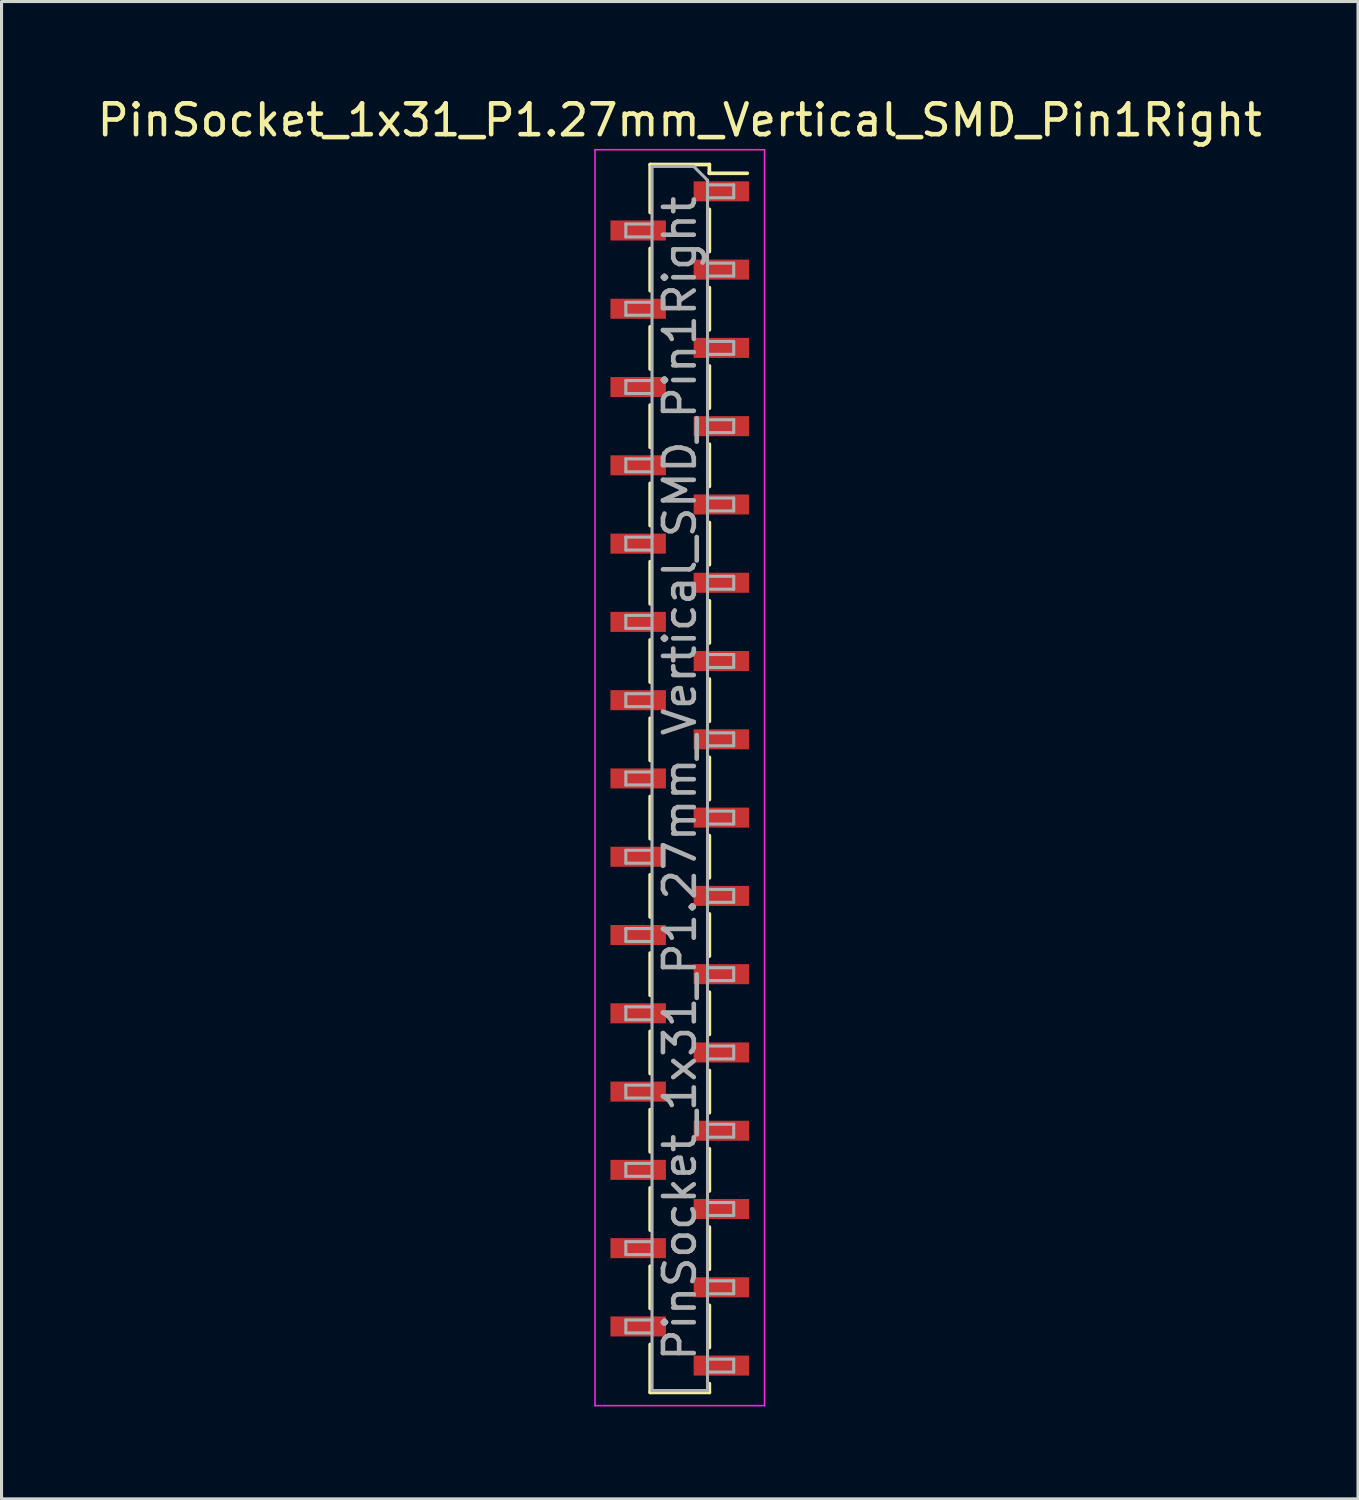
<source format=kicad_pcb>
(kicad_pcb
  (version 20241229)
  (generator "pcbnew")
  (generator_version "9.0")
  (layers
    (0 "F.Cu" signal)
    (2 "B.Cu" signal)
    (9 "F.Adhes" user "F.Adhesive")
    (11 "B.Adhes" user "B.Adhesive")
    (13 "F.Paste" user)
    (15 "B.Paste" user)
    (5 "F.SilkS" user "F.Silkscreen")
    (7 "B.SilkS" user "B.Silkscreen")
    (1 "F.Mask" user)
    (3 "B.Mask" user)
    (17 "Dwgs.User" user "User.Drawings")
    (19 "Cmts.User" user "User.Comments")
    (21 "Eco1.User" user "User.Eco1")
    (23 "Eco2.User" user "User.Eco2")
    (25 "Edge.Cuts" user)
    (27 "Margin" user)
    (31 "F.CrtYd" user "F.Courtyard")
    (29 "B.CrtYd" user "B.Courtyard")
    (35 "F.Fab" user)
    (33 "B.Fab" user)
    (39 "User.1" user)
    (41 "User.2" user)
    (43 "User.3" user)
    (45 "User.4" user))
  (footprint "PinSocket_1x31_P1.27mm_Vertical_SMD_Pin1Right"
    (layer "F.Cu")
    (at 19.006 22.208)
    (property "Reference" "PinSocket_1x31_P1.27mm_Vertical_SMD_Pin1Right" (at 0 -21.36 0) (layer "F.SilkS") (effects (font (size 1 1) (thickness 0.15))))
    (attr smd)
    (fp_line (start -0.96 -19.92) (end -0.96 -18.365) (stroke (width 0.12) (type solid)) (layer "F.SilkS"))
    (fp_line (start -0.96 -19.92) (end 0.96 -19.92) (stroke (width 0.12) (type solid)) (layer "F.SilkS"))
    (fp_line (start -0.96 -17.195) (end -0.96 -15.825) (stroke (width 0.12) (type solid)) (layer "F.SilkS"))
    (fp_line (start -0.96 -14.655) (end -0.96 -13.285) (stroke (width 0.12) (type solid)) (layer "F.SilkS"))
    (fp_line (start -0.96 -12.115) (end -0.96 -10.745) (stroke (width 0.12) (type solid)) (layer "F.SilkS"))
    (fp_line (start -0.96 -9.575) (end -0.96 -8.205) (stroke (width 0.12) (type solid)) (layer "F.SilkS"))
    (fp_line (start -0.96 -7.035) (end -0.96 -5.665) (stroke (width 0.12) (type solid)) (layer "F.SilkS"))
    (fp_line (start -0.96 -4.495) (end -0.96 -3.125) (stroke (width 0.12) (type solid)) (layer "F.SilkS"))
    (fp_line (start -0.96 -1.955) (end -0.96 -0.585) (stroke (width 0.12) (type solid)) (layer "F.SilkS"))
    (fp_line (start -0.96 0.585) (end -0.96 1.955) (stroke (width 0.12) (type solid)) (layer "F.SilkS"))
    (fp_line (start -0.96 3.125) (end -0.96 4.495) (stroke (width 0.12) (type solid)) (layer "F.SilkS"))
    (fp_line (start -0.96 5.665) (end -0.96 7.035) (stroke (width 0.12) (type solid)) (layer "F.SilkS"))
    (fp_line (start -0.96 8.205) (end -0.96 9.575) (stroke (width 0.12) (type solid)) (layer "F.SilkS"))
    (fp_line (start -0.96 10.745) (end -0.96 12.115) (stroke (width 0.12) (type solid)) (layer "F.SilkS"))
    (fp_line (start -0.96 13.285) (end -0.96 14.655) (stroke (width 0.12) (type solid)) (layer "F.SilkS"))
    (fp_line (start -0.96 15.825) (end -0.96 17.195) (stroke (width 0.12) (type solid)) (layer "F.SilkS"))
    (fp_line (start -0.96 18.365) (end -0.96 19.92) (stroke (width 0.12) (type solid)) (layer "F.SilkS"))
    (fp_line (start -0.96 19.92) (end 0.96 19.92) (stroke (width 0.12) (type solid)) (layer "F.SilkS"))
    (fp_line (start 0.96 -19.92) (end 0.96 -19.635) (stroke (width 0.12) (type solid)) (layer "F.SilkS"))
    (fp_line (start 0.96 -19.635) (end 2.19 -19.635) (stroke (width 0.12) (type solid)) (layer "F.SilkS"))
    (fp_line (start 0.96 -18.465) (end 0.96 -17.095) (stroke (width 0.12) (type solid)) (layer "F.SilkS"))
    (fp_line (start 0.96 -15.925) (end 0.96 -14.555) (stroke (width 0.12) (type solid)) (layer "F.SilkS"))
    (fp_line (start 0.96 -13.385) (end 0.96 -12.015) (stroke (width 0.12) (type solid)) (layer "F.SilkS"))
    (fp_line (start 0.96 -10.845) (end 0.96 -9.475) (stroke (width 0.12) (type solid)) (layer "F.SilkS"))
    (fp_line (start 0.96 -8.305) (end 0.96 -6.935) (stroke (width 0.12) (type solid)) (layer "F.SilkS"))
    (fp_line (start 0.96 -5.765) (end 0.96 -4.395) (stroke (width 0.12) (type solid)) (layer "F.SilkS"))
    (fp_line (start 0.96 -3.225) (end 0.96 -1.855) (stroke (width 0.12) (type solid)) (layer "F.SilkS"))
    (fp_line (start 0.96 -0.685) (end 0.96 0.685) (stroke (width 0.12) (type solid)) (layer "F.SilkS"))
    (fp_line (start 0.96 1.855) (end 0.96 3.225) (stroke (width 0.12) (type solid)) (layer "F.SilkS"))
    (fp_line (start 0.96 4.395) (end 0.96 5.765) (stroke (width 0.12) (type solid)) (layer "F.SilkS"))
    (fp_line (start 0.96 6.935) (end 0.96 8.305) (stroke (width 0.12) (type solid)) (layer "F.SilkS"))
    (fp_line (start 0.96 9.475) (end 0.96 10.845) (stroke (width 0.12) (type solid)) (layer "F.SilkS"))
    (fp_line (start 0.96 12.015) (end 0.96 13.385) (stroke (width 0.12) (type solid)) (layer "F.SilkS"))
    (fp_line (start 0.96 14.555) (end 0.96 15.925) (stroke (width 0.12) (type solid)) (layer "F.SilkS"))
    (fp_line (start 0.96 17.095) (end 0.96 18.465) (stroke (width 0.12) (type solid)) (layer "F.SilkS"))
    (fp_line (start 0.96 19.635) (end 0.96 19.92) (stroke (width 0.12) (type solid)) (layer "F.SilkS"))
    (fp_line (start -2.75 -20.4) (end 2.75 -20.4) (stroke (width 0.05) (type solid)) (layer "F.CrtYd"))
    (fp_line (start -2.75 20.35) (end -2.75 -20.4) (stroke (width 0.05) (type solid)) (layer "F.CrtYd"))
    (fp_line (start 2.75 -20.4) (end 2.75 20.35) (stroke (width 0.05) (type solid)) (layer "F.CrtYd"))
    (fp_line (start 2.75 20.35) (end -2.75 20.35) (stroke (width 0.05) (type solid)) (layer "F.CrtYd"))
    (fp_line (start -1.75 -17.99) (end -0.9 -17.99) (stroke (width 0.1) (type solid)) (layer "F.Fab"))
    (fp_line (start -1.75 -17.57) (end -1.75 -17.99) (stroke (width 0.1) (type solid)) (layer "F.Fab"))
    (fp_line (start -1.75 -15.45) (end -0.9 -15.45) (stroke (width 0.1) (type solid)) (layer "F.Fab"))
    (fp_line (start -1.75 -15.03) (end -1.75 -15.45) (stroke (width 0.1) (type solid)) (layer "F.Fab"))
    (fp_line (start -1.75 -12.91) (end -0.9 -12.91) (stroke (width 0.1) (type solid)) (layer "F.Fab"))
    (fp_line (start -1.75 -12.49) (end -1.75 -12.91) (stroke (width 0.1) (type solid)) (layer "F.Fab"))
    (fp_line (start -1.75 -10.37) (end -0.9 -10.37) (stroke (width 0.1) (type solid)) (layer "F.Fab"))
    (fp_line (start -1.75 -9.95) (end -1.75 -10.37) (stroke (width 0.1) (type solid)) (layer "F.Fab"))
    (fp_line (start -1.75 -7.83) (end -0.9 -7.83) (stroke (width 0.1) (type solid)) (layer "F.Fab"))
    (fp_line (start -1.75 -7.41) (end -1.75 -7.83) (stroke (width 0.1) (type solid)) (layer "F.Fab"))
    (fp_line (start -1.75 -5.29) (end -0.9 -5.29) (stroke (width 0.1) (type solid)) (layer "F.Fab"))
    (fp_line (start -1.75 -4.87) (end -1.75 -5.29) (stroke (width 0.1) (type solid)) (layer "F.Fab"))
    (fp_line (start -1.75 -2.75) (end -0.9 -2.75) (stroke (width 0.1) (type solid)) (layer "F.Fab"))
    (fp_line (start -1.75 -2.33) (end -1.75 -2.75) (stroke (width 0.1) (type solid)) (layer "F.Fab"))
    (fp_line (start -1.75 -0.21) (end -0.9 -0.21) (stroke (width 0.1) (type solid)) (layer "F.Fab"))
    (fp_line (start -1.75 0.21) (end -1.75 -0.21) (stroke (width 0.1) (type solid)) (layer "F.Fab"))
    (fp_line (start -1.75 2.33) (end -0.9 2.33) (stroke (width 0.1) (type solid)) (layer "F.Fab"))
    (fp_line (start -1.75 2.75) (end -1.75 2.33) (stroke (width 0.1) (type solid)) (layer "F.Fab"))
    (fp_line (start -1.75 4.87) (end -0.9 4.87) (stroke (width 0.1) (type solid)) (layer "F.Fab"))
    (fp_line (start -1.75 5.29) (end -1.75 4.87) (stroke (width 0.1) (type solid)) (layer "F.Fab"))
    (fp_line (start -1.75 7.41) (end -0.9 7.41) (stroke (width 0.1) (type solid)) (layer "F.Fab"))
    (fp_line (start -1.75 7.83) (end -1.75 7.41) (stroke (width 0.1) (type solid)) (layer "F.Fab"))
    (fp_line (start -1.75 9.95) (end -0.9 9.95) (stroke (width 0.1) (type solid)) (layer "F.Fab"))
    (fp_line (start -1.75 10.37) (end -1.75 9.95) (stroke (width 0.1) (type solid)) (layer "F.Fab"))
    (fp_line (start -1.75 12.49) (end -0.9 12.49) (stroke (width 0.1) (type solid)) (layer "F.Fab"))
    (fp_line (start -1.75 12.91) (end -1.75 12.49) (stroke (width 0.1) (type solid)) (layer "F.Fab"))
    (fp_line (start -1.75 15.03) (end -0.9 15.03) (stroke (width 0.1) (type solid)) (layer "F.Fab"))
    (fp_line (start -1.75 15.45) (end -1.75 15.03) (stroke (width 0.1) (type solid)) (layer "F.Fab"))
    (fp_line (start -1.75 17.57) (end -0.9 17.57) (stroke (width 0.1) (type solid)) (layer "F.Fab"))
    (fp_line (start -1.75 17.99) (end -1.75 17.57) (stroke (width 0.1) (type solid)) (layer "F.Fab"))
    (fp_line (start -0.9 -19.86) (end 0.45 -19.86) (stroke (width 0.1) (type solid)) (layer "F.Fab"))
    (fp_line (start -0.9 -17.57) (end -1.75 -17.57) (stroke (width 0.1) (type solid)) (layer "F.Fab"))
    (fp_line (start -0.9 -15.03) (end -1.75 -15.03) (stroke (width 0.1) (type solid)) (layer "F.Fab"))
    (fp_line (start -0.9 -12.49) (end -1.75 -12.49) (stroke (width 0.1) (type solid)) (layer "F.Fab"))
    (fp_line (start -0.9 -9.95) (end -1.75 -9.95) (stroke (width 0.1) (type solid)) (layer "F.Fab"))
    (fp_line (start -0.9 -7.41) (end -1.75 -7.41) (stroke (width 0.1) (type solid)) (layer "F.Fab"))
    (fp_line (start -0.9 -4.87) (end -1.75 -4.87) (stroke (width 0.1) (type solid)) (layer "F.Fab"))
    (fp_line (start -0.9 -2.33) (end -1.75 -2.33) (stroke (width 0.1) (type solid)) (layer "F.Fab"))
    (fp_line (start -0.9 0.21) (end -1.75 0.21) (stroke (width 0.1) (type solid)) (layer "F.Fab"))
    (fp_line (start -0.9 2.75) (end -1.75 2.75) (stroke (width 0.1) (type solid)) (layer "F.Fab"))
    (fp_line (start -0.9 5.29) (end -1.75 5.29) (stroke (width 0.1) (type solid)) (layer "F.Fab"))
    (fp_line (start -0.9 7.83) (end -1.75 7.83) (stroke (width 0.1) (type solid)) (layer "F.Fab"))
    (fp_line (start -0.9 10.37) (end -1.75 10.37) (stroke (width 0.1) (type solid)) (layer "F.Fab"))
    (fp_line (start -0.9 12.91) (end -1.75 12.91) (stroke (width 0.1) (type solid)) (layer "F.Fab"))
    (fp_line (start -0.9 15.45) (end -1.75 15.45) (stroke (width 0.1) (type solid)) (layer "F.Fab"))
    (fp_line (start -0.9 17.99) (end -1.75 17.99) (stroke (width 0.1) (type solid)) (layer "F.Fab"))
    (fp_line (start -0.9 19.86) (end -0.9 -19.86) (stroke (width 0.1) (type solid)) (layer "F.Fab"))
    (fp_line (start 0.45 -19.86) (end 0.9 -19.41) (stroke (width 0.1) (type solid)) (layer "F.Fab"))
    (fp_line (start 0.9 -19.41) (end 0.9 19.86) (stroke (width 0.1) (type solid)) (layer "F.Fab"))
    (fp_line (start 0.9 -19.26) (end 1.75 -19.26) (stroke (width 0.1) (type solid)) (layer "F.Fab"))
    (fp_line (start 0.9 -16.72) (end 1.75 -16.72) (stroke (width 0.1) (type solid)) (layer "F.Fab"))
    (fp_line (start 0.9 -14.18) (end 1.75 -14.18) (stroke (width 0.1) (type solid)) (layer "F.Fab"))
    (fp_line (start 0.9 -11.64) (end 1.75 -11.64) (stroke (width 0.1) (type solid)) (layer "F.Fab"))
    (fp_line (start 0.9 -9.1) (end 1.75 -9.1) (stroke (width 0.1) (type solid)) (layer "F.Fab"))
    (fp_line (start 0.9 -6.56) (end 1.75 -6.56) (stroke (width 0.1) (type solid)) (layer "F.Fab"))
    (fp_line (start 0.9 -4.02) (end 1.75 -4.02) (stroke (width 0.1) (type solid)) (layer "F.Fab"))
    (fp_line (start 0.9 -1.48) (end 1.75 -1.48) (stroke (width 0.1) (type solid)) (layer "F.Fab"))
    (fp_line (start 0.9 1.06) (end 1.75 1.06) (stroke (width 0.1) (type solid)) (layer "F.Fab"))
    (fp_line (start 0.9 3.6) (end 1.75 3.6) (stroke (width 0.1) (type solid)) (layer "F.Fab"))
    (fp_line (start 0.9 6.14) (end 1.75 6.14) (stroke (width 0.1) (type solid)) (layer "F.Fab"))
    (fp_line (start 0.9 8.68) (end 1.75 8.68) (stroke (width 0.1) (type solid)) (layer "F.Fab"))
    (fp_line (start 0.9 11.22) (end 1.75 11.22) (stroke (width 0.1) (type solid)) (layer "F.Fab"))
    (fp_line (start 0.9 13.76) (end 1.75 13.76) (stroke (width 0.1) (type solid)) (layer "F.Fab"))
    (fp_line (start 0.9 16.3) (end 1.75 16.3) (stroke (width 0.1) (type solid)) (layer "F.Fab"))
    (fp_line (start 0.9 18.84) (end 1.75 18.84) (stroke (width 0.1) (type solid)) (layer "F.Fab"))
    (fp_line (start 0.9 19.86) (end -0.9 19.86) (stroke (width 0.1) (type solid)) (layer "F.Fab"))
    (fp_line (start 1.75 -19.26) (end 1.75 -18.84) (stroke (width 0.1) (type solid)) (layer "F.Fab"))
    (fp_line (start 1.75 -18.84) (end 0.9 -18.84) (stroke (width 0.1) (type solid)) (layer "F.Fab"))
    (fp_line (start 1.75 -16.72) (end 1.75 -16.3) (stroke (width 0.1) (type solid)) (layer "F.Fab"))
    (fp_line (start 1.75 -16.3) (end 0.9 -16.3) (stroke (width 0.1) (type solid)) (layer "F.Fab"))
    (fp_line (start 1.75 -14.18) (end 1.75 -13.76) (stroke (width 0.1) (type solid)) (layer "F.Fab"))
    (fp_line (start 1.75 -13.76) (end 0.9 -13.76) (stroke (width 0.1) (type solid)) (layer "F.Fab"))
    (fp_line (start 1.75 -11.64) (end 1.75 -11.22) (stroke (width 0.1) (type solid)) (layer "F.Fab"))
    (fp_line (start 1.75 -11.22) (end 0.9 -11.22) (stroke (width 0.1) (type solid)) (layer "F.Fab"))
    (fp_line (start 1.75 -9.1) (end 1.75 -8.68) (stroke (width 0.1) (type solid)) (layer "F.Fab"))
    (fp_line (start 1.75 -8.68) (end 0.9 -8.68) (stroke (width 0.1) (type solid)) (layer "F.Fab"))
    (fp_line (start 1.75 -6.56) (end 1.75 -6.14) (stroke (width 0.1) (type solid)) (layer "F.Fab"))
    (fp_line (start 1.75 -6.14) (end 0.9 -6.14) (stroke (width 0.1) (type solid)) (layer "F.Fab"))
    (fp_line (start 1.75 -4.02) (end 1.75 -3.6) (stroke (width 0.1) (type solid)) (layer "F.Fab"))
    (fp_line (start 1.75 -3.6) (end 0.9 -3.6) (stroke (width 0.1) (type solid)) (layer "F.Fab"))
    (fp_line (start 1.75 -1.48) (end 1.75 -1.06) (stroke (width 0.1) (type solid)) (layer "F.Fab"))
    (fp_line (start 1.75 -1.06) (end 0.9 -1.06) (stroke (width 0.1) (type solid)) (layer "F.Fab"))
    (fp_line (start 1.75 1.06) (end 1.75 1.48) (stroke (width 0.1) (type solid)) (layer "F.Fab"))
    (fp_line (start 1.75 1.48) (end 0.9 1.48) (stroke (width 0.1) (type solid)) (layer "F.Fab"))
    (fp_line (start 1.75 3.6) (end 1.75 4.02) (stroke (width 0.1) (type solid)) (layer "F.Fab"))
    (fp_line (start 1.75 4.02) (end 0.9 4.02) (stroke (width 0.1) (type solid)) (layer "F.Fab"))
    (fp_line (start 1.75 6.14) (end 1.75 6.56) (stroke (width 0.1) (type solid)) (layer "F.Fab"))
    (fp_line (start 1.75 6.56) (end 0.9 6.56) (stroke (width 0.1) (type solid)) (layer "F.Fab"))
    (fp_line (start 1.75 8.68) (end 1.75 9.1) (stroke (width 0.1) (type solid)) (layer "F.Fab"))
    (fp_line (start 1.75 9.1) (end 0.9 9.1) (stroke (width 0.1) (type solid)) (layer "F.Fab"))
    (fp_line (start 1.75 11.22) (end 1.75 11.64) (stroke (width 0.1) (type solid)) (layer "F.Fab"))
    (fp_line (start 1.75 11.64) (end 0.9 11.64) (stroke (width 0.1) (type solid)) (layer "F.Fab"))
    (fp_line (start 1.75 13.76) (end 1.75 14.18) (stroke (width 0.1) (type solid)) (layer "F.Fab"))
    (fp_line (start 1.75 14.18) (end 0.9 14.18) (stroke (width 0.1) (type solid)) (layer "F.Fab"))
    (fp_line (start 1.75 16.3) (end 1.75 16.72) (stroke (width 0.1) (type solid)) (layer "F.Fab"))
    (fp_line (start 1.75 16.72) (end 0.9 16.72) (stroke (width 0.1) (type solid)) (layer "F.Fab"))
    (fp_line (start 1.75 18.84) (end 1.75 19.26) (stroke (width 0.1) (type solid)) (layer "F.Fab"))
    (fp_line (start 1.75 19.26) (end 0.9 19.26) (stroke (width 0.1) (type solid)) (layer "F.Fab"))
    (fp_text user "${REFERENCE}" (at 0 0 90) (layer "F.Fab") (effects (font (size 1 1) (thickness 0.15))))
    (pad "1" smd rect (at 1.35 -19.05) (size 1.8 0.65) (layers "F.Cu" "F.Mask" "F.Paste"))
    (pad "2" smd rect (at -1.35 -17.78) (size 1.8 0.65) (layers "F.Cu" "F.Mask" "F.Paste"))
    (pad "3" smd rect (at 1.35 -16.51) (size 1.8 0.65) (layers "F.Cu" "F.Mask" "F.Paste"))
    (pad "4" smd rect (at -1.35 -15.24) (size 1.8 0.65) (layers "F.Cu" "F.Mask" "F.Paste"))
    (pad "5" smd rect (at 1.35 -13.97) (size 1.8 0.65) (layers "F.Cu" "F.Mask" "F.Paste"))
    (pad "6" smd rect (at -1.35 -12.7) (size 1.8 0.65) (layers "F.Cu" "F.Mask" "F.Paste"))
    (pad "7" smd rect (at 1.35 -11.43) (size 1.8 0.65) (layers "F.Cu" "F.Mask" "F.Paste"))
    (pad "8" smd rect (at -1.35 -10.16) (size 1.8 0.65) (layers "F.Cu" "F.Mask" "F.Paste"))
    (pad "9" smd rect (at 1.35 -8.89) (size 1.8 0.65) (layers "F.Cu" "F.Mask" "F.Paste"))
    (pad "10" smd rect (at -1.35 -7.62) (size 1.8 0.65) (layers "F.Cu" "F.Mask" "F.Paste"))
    (pad "11" smd rect (at 1.35 -6.35) (size 1.8 0.65) (layers "F.Cu" "F.Mask" "F.Paste"))
    (pad "12" smd rect (at -1.35 -5.08) (size 1.8 0.65) (layers "F.Cu" "F.Mask" "F.Paste"))
    (pad "13" smd rect (at 1.35 -3.81) (size 1.8 0.65) (layers "F.Cu" "F.Mask" "F.Paste"))
    (pad "14" smd rect (at -1.35 -2.54) (size 1.8 0.65) (layers "F.Cu" "F.Mask" "F.Paste"))
    (pad "15" smd rect (at 1.35 -1.27) (size 1.8 0.65) (layers "F.Cu" "F.Mask" "F.Paste"))
    (pad "16" smd rect (at -1.35 0) (size 1.8 0.65) (layers "F.Cu" "F.Mask" "F.Paste"))
    (pad "17" smd rect (at 1.35 1.27) (size 1.8 0.65) (layers "F.Cu" "F.Mask" "F.Paste"))
    (pad "18" smd rect (at -1.35 2.54) (size 1.8 0.65) (layers "F.Cu" "F.Mask" "F.Paste"))
    (pad "19" smd rect (at 1.35 3.81) (size 1.8 0.65) (layers "F.Cu" "F.Mask" "F.Paste"))
    (pad "20" smd rect (at -1.35 5.08) (size 1.8 0.65) (layers "F.Cu" "F.Mask" "F.Paste"))
    (pad "21" smd rect (at 1.35 6.35) (size 1.8 0.65) (layers "F.Cu" "F.Mask" "F.Paste"))
    (pad "22" smd rect (at -1.35 7.62) (size 1.8 0.65) (layers "F.Cu" "F.Mask" "F.Paste"))
    (pad "23" smd rect (at 1.35 8.89) (size 1.8 0.65) (layers "F.Cu" "F.Mask" "F.Paste"))
    (pad "24" smd rect (at -1.35 10.16) (size 1.8 0.65) (layers "F.Cu" "F.Mask" "F.Paste"))
    (pad "25" smd rect (at 1.35 11.43) (size 1.8 0.65) (layers "F.Cu" "F.Mask" "F.Paste"))
    (pad "26" smd rect (at -1.35 12.7) (size 1.8 0.65) (layers "F.Cu" "F.Mask" "F.Paste"))
    (pad "27" smd rect (at 1.35 13.97) (size 1.8 0.65) (layers "F.Cu" "F.Mask" "F.Paste"))
    (pad "28" smd rect (at -1.35 15.24) (size 1.8 0.65) (layers "F.Cu" "F.Mask" "F.Paste"))
    (pad "29" smd rect (at 1.35 16.51) (size 1.8 0.65) (layers "F.Cu" "F.Mask" "F.Paste"))
    (pad "30" smd rect (at -1.35 17.78) (size 1.8 0.65) (layers "F.Cu" "F.Mask" "F.Paste"))
    (pad "31" smd rect (at 1.35 19.05) (size 1.8 0.65) (layers "F.Cu" "F.Mask" "F.Paste")))
  (gr_rect
    (start -3 -3)
    (end 41.012 45.583)
    (stroke (width 0.1) (type default))
    (fill no)
    (layer "Edge.Cuts")))
</source>
